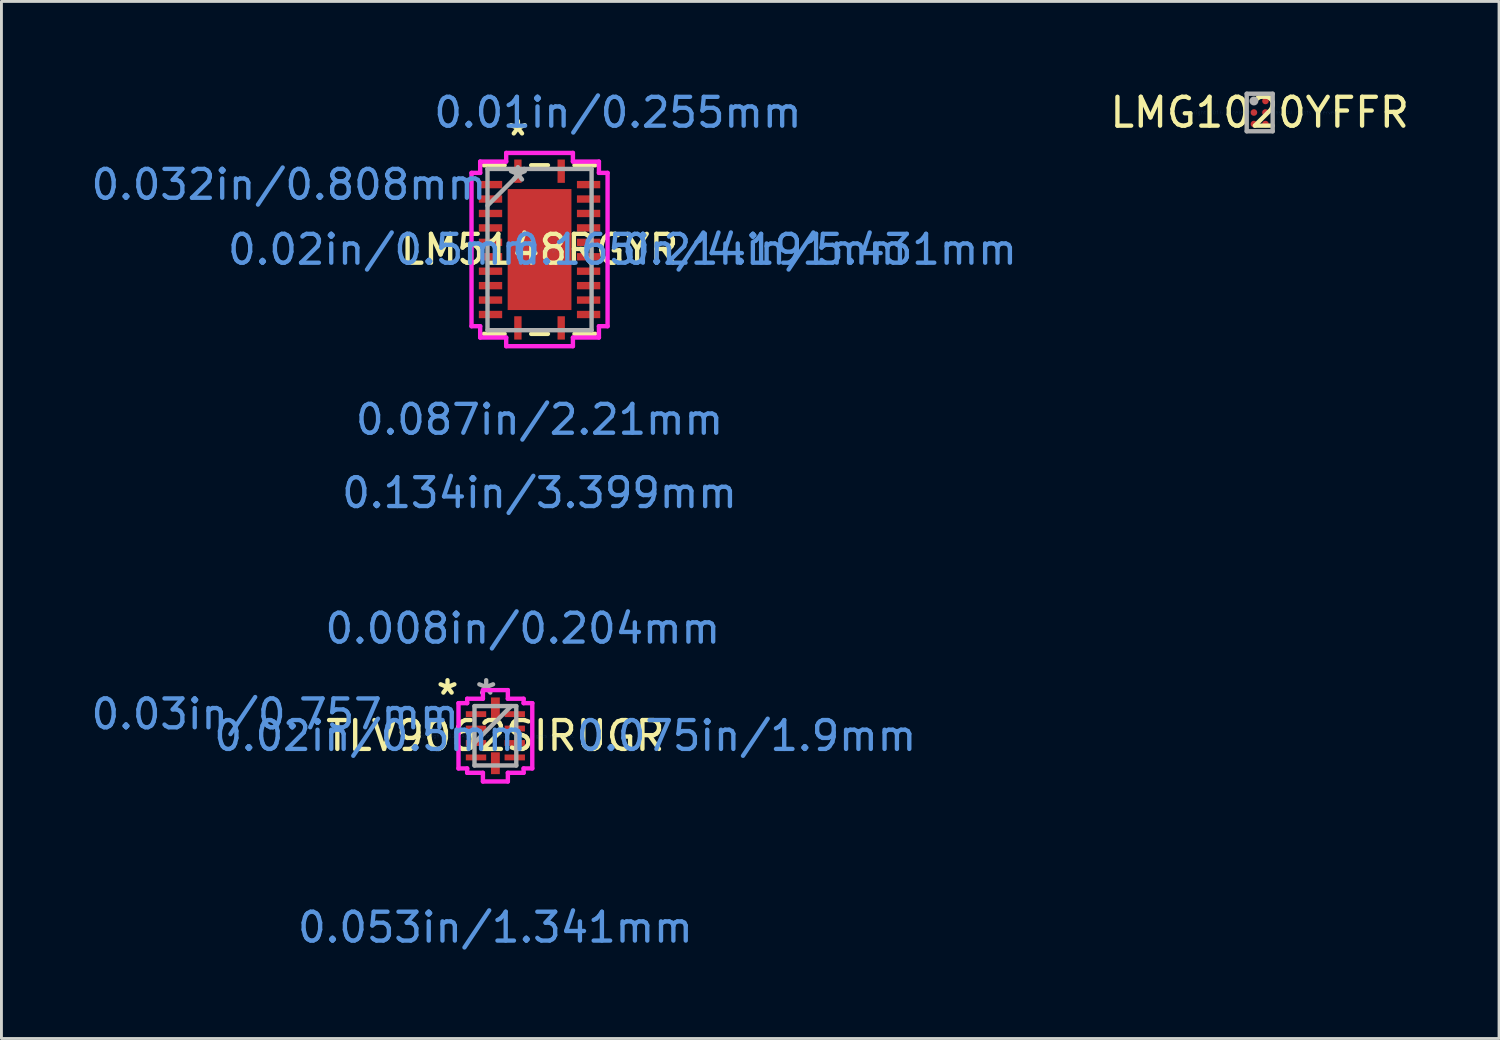
<source format=kicad_pcb>
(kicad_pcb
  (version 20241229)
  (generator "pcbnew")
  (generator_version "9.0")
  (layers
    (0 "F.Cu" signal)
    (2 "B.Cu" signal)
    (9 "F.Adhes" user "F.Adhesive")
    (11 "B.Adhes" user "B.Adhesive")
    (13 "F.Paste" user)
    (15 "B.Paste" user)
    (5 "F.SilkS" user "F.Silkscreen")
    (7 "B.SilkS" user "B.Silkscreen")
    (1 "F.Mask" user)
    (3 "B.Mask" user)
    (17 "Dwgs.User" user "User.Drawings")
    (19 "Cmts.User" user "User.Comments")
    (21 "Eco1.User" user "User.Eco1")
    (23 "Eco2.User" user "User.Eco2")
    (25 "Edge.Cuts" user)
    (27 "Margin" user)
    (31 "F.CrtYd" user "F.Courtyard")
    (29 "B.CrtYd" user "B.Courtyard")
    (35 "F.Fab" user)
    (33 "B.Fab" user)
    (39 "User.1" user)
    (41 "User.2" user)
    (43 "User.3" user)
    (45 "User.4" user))
  (footprint "LMG1020YFFR"
    (layer "F.Cu")
    (at 40.593 0.848)
    (property "Reference" "LMG1020YFFR" (at 0 0 0) (layer "F.SilkS") (effects (font (size 1 1) (thickness 0.15))))
    (attr through_hole)
    (fp_line (start -0.45 -0.65) (end 0.45 -0.65) (stroke (width 0.152) (type solid)) (layer "F.Fab"))
    (fp_line (start -0.45 0.65) (end -0.45 -0.65) (stroke (width 0.152) (type solid)) (layer "F.Fab"))
    (fp_line (start -0.45 0.65) (end 0.45 0.65) (stroke (width 0.152) (type solid)) (layer "F.Fab"))
    (fp_line (start 0.45 0.65) (end 0.45 -0.65) (stroke (width 0.152) (type solid)) (layer "F.Fab"))
    (fp_circle (center -0.2 -0.4) (end -0.12 -0.4) (stroke (width 0.152) (type solid)) (fill no) (layer "F.Fab"))
    (fp_text user "Copyright 2016 Accelerated Designs. All rights reserved." (at 0 0 0) (layer "Cmts.User") (effects (font (size 0.127 0.127) (thickness 0.002))))
    (pad "1" smd circle (at -0.2 -0.4 90) (size 0.23 0.23) (layers "F.Cu" "F.Mask" "F.Paste"))
    (pad "2" smd circle (at 0.2 -0.4 90) (size 0.23 0.23) (layers "F.Cu" "F.Mask" "F.Paste"))
    (pad "3" smd circle (at -0.2 0.000003 90) (size 0.23 0.23) (layers "F.Cu" "F.Mask" "F.Paste"))
    (pad "4" smd circle (at 0.2 0.000003 90) (size 0.23 0.23) (layers "F.Cu" "F.Mask" "F.Paste"))
    (pad "5" smd circle (at -0.2 0.4 90) (size 0.23 0.23) (layers "F.Cu" "F.Mask" "F.Paste"))
    (pad "6" smd circle (at 0.2 0.4 90) (size 0.23 0.23) (layers "F.Cu" "F.Mask" "F.Paste")))
  (footprint "LM5148RGYR"
    (layer "F.Cu")
    (at 15.643 5.596)
    (property "Reference" "LM5148RGYR" (at 0 0 0) (layer "F.SilkS") (effects (font (size 1 1) (thickness 0.15))))
    (attr through_hole)
    (fp_line (start -1.93 2.921) (end -1.21 2.921) (stroke (width 0.152) (type solid)) (layer "F.SilkS"))
    (fp_line (start -1.21 -2.921) (end -1.93 -2.921) (stroke (width 0.152) (type solid)) (layer "F.SilkS"))
    (fp_line (start -0.29 2.921) (end 0.29 2.921) (stroke (width 0.152) (type solid)) (layer "F.SilkS"))
    (fp_line (start 0.29 -2.921) (end -0.29 -2.921) (stroke (width 0.152) (type solid)) (layer "F.SilkS"))
    (fp_line (start 1.21 2.921) (end 1.93 2.921) (stroke (width 0.152) (type solid)) (layer "F.SilkS"))
    (fp_line (start 1.93 -2.921) (end 1.21 -2.921) (stroke (width 0.152) (type solid)) (layer "F.SilkS"))
    (fp_line (start -2.357 -2.656) (end -2.057 -2.656) (stroke (width 0.152) (type solid)) (layer "F.CrtYd"))
    (fp_line (start -2.357 2.656) (end -2.357 -2.656) (stroke (width 0.152) (type solid)) (layer "F.CrtYd"))
    (fp_line (start -2.057 -3.048) (end -1.156 -3.048) (stroke (width 0.152) (type solid)) (layer "F.CrtYd"))
    (fp_line (start -2.057 -2.656) (end -2.057 -3.048) (stroke (width 0.152) (type solid)) (layer "F.CrtYd"))
    (fp_line (start -2.057 2.656) (end -2.357 2.656) (stroke (width 0.152) (type solid)) (layer "F.CrtYd"))
    (fp_line (start -2.057 3.048) (end -2.057 2.656) (stroke (width 0.152) (type solid)) (layer "F.CrtYd"))
    (fp_line (start -2.057 3.048) (end -1.156 3.048) (stroke (width 0.152) (type solid)) (layer "F.CrtYd"))
    (fp_line (start -1.156 -3.348) (end 1.156 -3.348) (stroke (width 0.152) (type solid)) (layer "F.CrtYd"))
    (fp_line (start -1.156 -3.048) (end -1.156 -3.348) (stroke (width 0.152) (type solid)) (layer "F.CrtYd"))
    (fp_line (start -1.156 3.048) (end -1.156 3.348) (stroke (width 0.152) (type solid)) (layer "F.CrtYd"))
    (fp_line (start -1.156 3.348) (end 1.156 3.348) (stroke (width 0.152) (type solid)) (layer "F.CrtYd"))
    (fp_line (start 1.156 -3.348) (end 1.156 -3.048) (stroke (width 0.152) (type solid)) (layer "F.CrtYd"))
    (fp_line (start 1.156 -3.048) (end 2.057 -3.048) (stroke (width 0.152) (type solid)) (layer "F.CrtYd"))
    (fp_line (start 1.156 3.048) (end 2.057 3.048) (stroke (width 0.152) (type solid)) (layer "F.CrtYd"))
    (fp_line (start 1.156 3.348) (end 1.156 3.048) (stroke (width 0.152) (type solid)) (layer "F.CrtYd"))
    (fp_line (start 2.057 -2.656) (end 2.057 -3.048) (stroke (width 0.152) (type solid)) (layer "F.CrtYd"))
    (fp_line (start 2.057 2.656) (end 2.357 2.656) (stroke (width 0.152) (type solid)) (layer "F.CrtYd"))
    (fp_line (start 2.057 3.048) (end 2.057 2.656) (stroke (width 0.152) (type solid)) (layer "F.CrtYd"))
    (fp_line (start 2.357 -2.656) (end 2.057 -2.656) (stroke (width 0.152) (type solid)) (layer "F.CrtYd"))
    (fp_line (start 2.357 2.656) (end 2.357 -2.656) (stroke (width 0.152) (type solid)) (layer "F.CrtYd"))
    (fp_line (start -1.803 -2.794) (end -1.803 2.794) (stroke (width 0.152) (type solid)) (layer "F.Fab"))
    (fp_line (start -1.803 -1.524) (end -0.533 -2.794) (stroke (width 0.152) (type solid)) (layer "F.Fab"))
    (fp_line (start -1.803 2.794) (end 1.803 2.794) (stroke (width 0.152) (type solid)) (layer "F.Fab"))
    (fp_line (start 1.803 -2.794) (end -1.803 -2.794) (stroke (width 0.152) (type solid)) (layer "F.Fab"))
    (fp_line (start 1.803 2.794) (end 1.803 -2.794) (stroke (width 0.152) (type solid)) (layer "F.Fab"))
    (fp_text user "*" (at -0.75 -3.907 0) (layer "F.SilkS") (effects (font (size 1 1) (thickness 0.15))))
    (fp_text user "0.032in/0.808mm" (at -8.685 -2.25 0) (layer "Cmts.User") (effects (font (size 1 1) (thickness 0.15))))
    (fp_text user "0.134in/3.399mm" (at 0 8.431 0) (layer "Cmts.User") (effects (font (size 1 1) (thickness 0.15))))
    (fp_text user "0.02in/0.5mm" (at -5.383 0 0) (layer "Cmts.User") (effects (font (size 1 1) (thickness 0.15))))
    (fp_text user "Copyright 2016 Accelerated Designs. All rights reserved." (at 0 0 0) (layer "Cmts.User") (effects (font (size 0.127 0.127) (thickness 0.002))))
    (fp_text user "0.214in/5.431mm" (at 9.7 0 0) (layer "Cmts.User") (effects (font (size 1 1) (thickness 0.15))))
    (fp_text user "0.165in/4.191mm" (at 5.89 0 0) (layer "Cmts.User") (effects (font (size 1 1) (thickness 0.15))))
    (fp_text user "0.01in/0.255mm" (at 2.715 -4.747 0) (layer "Cmts.User") (effects (font (size 1 1) (thickness 0.15))))
    (fp_text user "0.087in/2.21mm" (at 0 5.891 0) (layer "Cmts.User") (effects (font (size 1 1) (thickness 0.15))))
    (fp_text user "*" (at -0.75 -2.311 0) (layer "F.Fab") (effects (font (size 1 1) (thickness 0.15))))
    (pad "1" smd rect (at -0.75 -2.715) (size 0.255 0.808) (layers "F.Cu" "F.Mask" "F.Paste"))
    (pad "2" smd rect (at -1.699 -2.25 90) (size 0.255 0.808) (layers "F.Cu" "F.Mask" "F.Paste"))
    (pad "3" smd rect (at -1.699 -1.75 90) (size 0.255 0.808) (layers "F.Cu" "F.Mask" "F.Paste"))
    (pad "4" smd rect (at -1.699 -1.25 90) (size 0.255 0.808) (layers "F.Cu" "F.Mask" "F.Paste"))
    (pad "5" smd rect (at -1.699 -0.75 90) (size 0.255 0.808) (layers "F.Cu" "F.Mask" "F.Paste"))
    (pad "6" smd rect (at -1.699 -0.25 90) (size 0.255 0.808) (layers "F.Cu" "F.Mask" "F.Paste"))
    (pad "7" smd rect (at -1.699 0.25 90) (size 0.255 0.808) (layers "F.Cu" "F.Mask" "F.Paste"))
    (pad "8" smd rect (at -1.699 0.75 90) (size 0.255 0.808) (layers "F.Cu" "F.Mask" "F.Paste"))
    (pad "9" smd rect (at -1.699 1.25 90) (size 0.255 0.808) (layers "F.Cu" "F.Mask" "F.Paste"))
    (pad "10" smd rect (at -1.699 1.75 90) (size 0.255 0.808) (layers "F.Cu" "F.Mask" "F.Paste"))
    (pad "11" smd rect (at -1.699 2.25 90) (size 0.255 0.808) (layers "F.Cu" "F.Mask" "F.Paste"))
    (pad "12" smd rect (at -0.75 2.715) (size 0.255 0.808) (layers "F.Cu" "F.Mask" "F.Paste"))
    (pad "13" smd rect (at 0.75 2.715) (size 0.255 0.808) (layers "F.Cu" "F.Mask" "F.Paste"))
    (pad "14" smd rect (at 1.699 2.25 90) (size 0.255 0.808) (layers "F.Cu" "F.Mask" "F.Paste"))
    (pad "15" smd rect (at 1.699 1.75 90) (size 0.255 0.808) (layers "F.Cu" "F.Mask" "F.Paste"))
    (pad "16" smd rect (at 1.699 1.25 90) (size 0.255 0.808) (layers "F.Cu" "F.Mask" "F.Paste"))
    (pad "17" smd rect (at 1.699 0.75 90) (size 0.255 0.808) (layers "F.Cu" "F.Mask" "F.Paste"))
    (pad "18" smd rect (at 1.699 0.25 90) (size 0.255 0.808) (layers "F.Cu" "F.Mask" "F.Paste"))
    (pad "19" smd rect (at 1.699 -0.25 90) (size 0.255 0.808) (layers "F.Cu" "F.Mask" "F.Paste"))
    (pad "20" smd rect (at 1.699 -0.75 90) (size 0.255 0.808) (layers "F.Cu" "F.Mask" "F.Paste"))
    (pad "21" smd rect (at 1.699 -1.25 90) (size 0.255 0.808) (layers "F.Cu" "F.Mask" "F.Paste"))
    (pad "22" smd rect (at 1.699 -1.75 90) (size 0.255 0.808) (layers "F.Cu" "F.Mask" "F.Paste"))
    (pad "23" smd rect (at 1.699 -2.25 90) (size 0.255 0.808) (layers "F.Cu" "F.Mask" "F.Paste"))
    (pad "24" smd rect (at 0.75 -2.715) (size 0.255 0.808) (layers "F.Cu" "F.Mask" "F.Paste"))
    (pad "25" smd rect (at 0 0) (size 2.21 4.191) (layers "F.Cu" "F.Mask" "F.Paste")))
  (footprint "TLV9062SIRUGR"
    (layer "F.Cu")
    (at 14.113 22.442)
    (property "Reference" "TLV9062SIRUGR" (at 0 0 0) (layer "F.SilkS") (effects (font (size 1 1) (thickness 0.15))))
    (attr through_hole)
    (fp_line (start -1.278 -1.131) (end -0.978 -1.131) (stroke (width 0.152) (type solid)) (layer "F.CrtYd"))
    (fp_line (start -1.278 1.131) (end -1.278 -1.131) (stroke (width 0.152) (type solid)) (layer "F.CrtYd"))
    (fp_line (start -0.978 -1.283) (end -0.432 -1.283) (stroke (width 0.152) (type solid)) (layer "F.CrtYd"))
    (fp_line (start -0.978 -1.131) (end -0.978 -1.283) (stroke (width 0.152) (type solid)) (layer "F.CrtYd"))
    (fp_line (start -0.978 1.131) (end -1.278 1.131) (stroke (width 0.152) (type solid)) (layer "F.CrtYd"))
    (fp_line (start -0.978 1.283) (end -0.978 1.131) (stroke (width 0.152) (type solid)) (layer "F.CrtYd"))
    (fp_line (start -0.978 1.283) (end -0.432 1.283) (stroke (width 0.152) (type solid)) (layer "F.CrtYd"))
    (fp_line (start -0.432 -1.583) (end 0.432 -1.583) (stroke (width 0.152) (type solid)) (layer "F.CrtYd"))
    (fp_line (start -0.432 -1.283) (end -0.432 -1.583) (stroke (width 0.152) (type solid)) (layer "F.CrtYd"))
    (fp_line (start -0.432 1.283) (end -0.432 1.583) (stroke (width 0.152) (type solid)) (layer "F.CrtYd"))
    (fp_line (start -0.432 1.583) (end 0.432 1.583) (stroke (width 0.152) (type solid)) (layer "F.CrtYd"))
    (fp_line (start 0.432 -1.583) (end 0.432 -1.283) (stroke (width 0.152) (type solid)) (layer "F.CrtYd"))
    (fp_line (start 0.432 -1.283) (end 0.978 -1.283) (stroke (width 0.152) (type solid)) (layer "F.CrtYd"))
    (fp_line (start 0.432 1.283) (end 0.978 1.283) (stroke (width 0.152) (type solid)) (layer "F.CrtYd"))
    (fp_line (start 0.432 1.583) (end 0.432 1.283) (stroke (width 0.152) (type solid)) (layer "F.CrtYd"))
    (fp_line (start 0.978 -1.131) (end 0.978 -1.283) (stroke (width 0.152) (type solid)) (layer "F.CrtYd"))
    (fp_line (start 0.978 1.131) (end 1.278 1.131) (stroke (width 0.152) (type solid)) (layer "F.CrtYd"))
    (fp_line (start 0.978 1.283) (end 0.978 1.131) (stroke (width 0.152) (type solid)) (layer "F.CrtYd"))
    (fp_line (start 1.278 -1.131) (end 0.978 -1.131) (stroke (width 0.152) (type solid)) (layer "F.CrtYd"))
    (fp_line (start 1.278 1.131) (end 1.278 -1.131) (stroke (width 0.152) (type solid)) (layer "F.CrtYd"))
    (fp_line (start -0.724 -1.029) (end -0.724 1.029) (stroke (width 0.152) (type solid)) (layer "F.Fab"))
    (fp_line (start -0.724 0.241) (end 0.546 -1.029) (stroke (width 0.152) (type solid)) (layer "F.Fab"))
    (fp_line (start -0.724 1.029) (end 0.724 1.029) (stroke (width 0.152) (type solid)) (layer "F.Fab"))
    (fp_line (start 0.724 -1.029) (end -0.724 -1.029) (stroke (width 0.152) (type solid)) (layer "F.Fab"))
    (fp_line (start 0.724 1.029) (end 0.724 -1.029) (stroke (width 0.152) (type solid)) (layer "F.Fab"))
    (fp_text user "*" (at -1.659 -1.381 0) (layer "F.SilkS") (effects (font (size 1 1) (thickness 0.15))))
    (fp_text user "0.075in/1.9mm" (at 8.697 0 0) (layer "Cmts.User") (effects (font (size 1 1) (thickness 0.15))))
    (fp_text user "0.053in/1.341mm" (at 0 6.64 0) (layer "Cmts.User") (effects (font (size 1 1) (thickness 0.15))))
    (fp_text user "0.03in/0.757mm" (at -7.631 -0.75 0) (layer "Cmts.User") (effects (font (size 1 1) (thickness 0.15))))
    (fp_text user "Copyright 2016 Accelerated Designs. All rights reserved." (at 0 0 0) (layer "Cmts.User") (effects (font (size 0.127 0.127) (thickness 0.002))))
    (fp_text user "0.02in/0.5mm" (at -4.329 0 0) (layer "Cmts.User") (effects (font (size 1 1) (thickness 0.15))))
    (fp_text user "0.008in/0.204mm" (at 0.95 -3.719 0) (layer "Cmts.User") (effects (font (size 1 1) (thickness 0.15))))
    (fp_text user "*" (at -0.318 -1.381 0) (layer "F.Fab") (effects (font (size 1 1) (thickness 0.15))))
    (pad "1" smd rect (at -0.671 -0.75 90) (size 0.204 0.706) (layers "F.Cu" "F.Mask" "F.Paste"))
    (pad "2" smd rect (at -0.671 -0.25 90) (size 0.204 0.706) (layers "F.Cu" "F.Mask" "F.Paste"))
    (pad "3" smd rect (at -0.671 0.25 90) (size 0.204 0.706) (layers "F.Cu" "F.Mask" "F.Paste"))
    (pad "4" smd rect (at -0.671 0.75 90) (size 0.204 0.706) (layers "F.Cu" "F.Mask" "F.Paste"))
    (pad "5" smd rect (at 0 0.95) (size 0.306 0.757) (layers "F.Cu" "F.Mask" "F.Paste"))
    (pad "6" smd rect (at 0.671 0.75 90) (size 0.204 0.706) (layers "F.Cu" "F.Mask" "F.Paste"))
    (pad "7" smd rect (at 0.671 0.25 90) (size 0.204 0.706) (layers "F.Cu" "F.Mask" "F.Paste"))
    (pad "8" smd rect (at 0.671 -0.25 90) (size 0.204 0.706) (layers "F.Cu" "F.Mask" "F.Paste"))
    (pad "9" smd rect (at 0.671 -0.75 90) (size 0.204 0.706) (layers "F.Cu" "F.Mask" "F.Paste"))
    (pad "10" smd rect (at 0 -0.95) (size 0.306 0.757) (layers "F.Cu" "F.Mask" "F.Paste")))
  (gr_rect
    (start -3 -3)
    (end 48.885 32.93)
    (stroke (width 0.1) (type default))
    (fill no)
    (layer "Edge.Cuts")))
</source>
